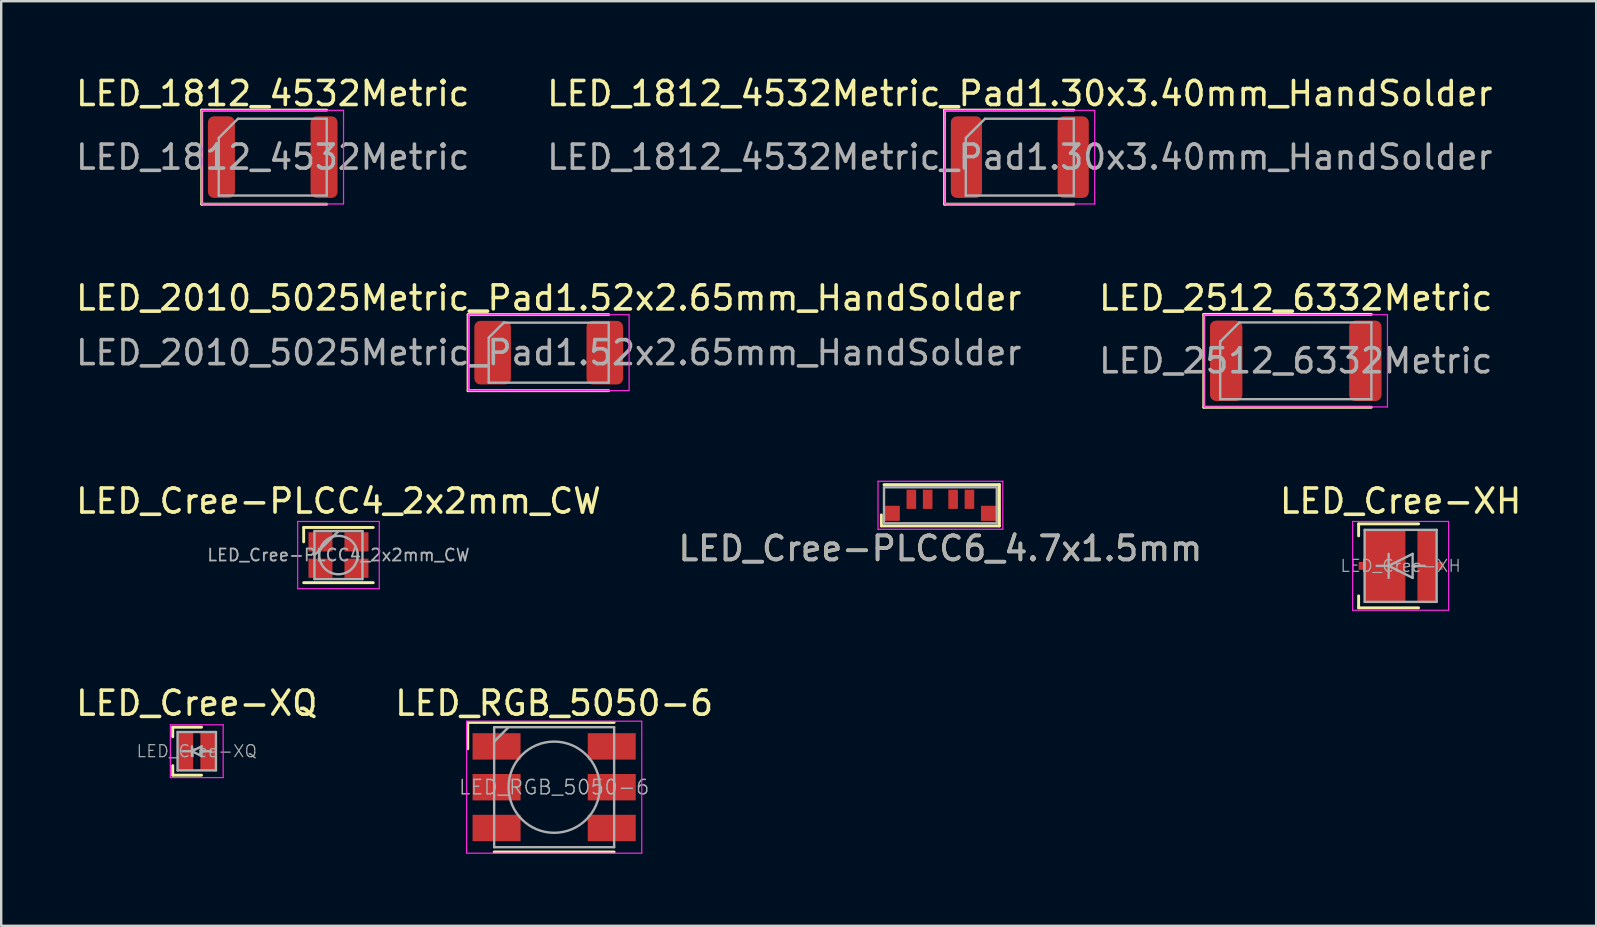
<source format=kicad_pcb>
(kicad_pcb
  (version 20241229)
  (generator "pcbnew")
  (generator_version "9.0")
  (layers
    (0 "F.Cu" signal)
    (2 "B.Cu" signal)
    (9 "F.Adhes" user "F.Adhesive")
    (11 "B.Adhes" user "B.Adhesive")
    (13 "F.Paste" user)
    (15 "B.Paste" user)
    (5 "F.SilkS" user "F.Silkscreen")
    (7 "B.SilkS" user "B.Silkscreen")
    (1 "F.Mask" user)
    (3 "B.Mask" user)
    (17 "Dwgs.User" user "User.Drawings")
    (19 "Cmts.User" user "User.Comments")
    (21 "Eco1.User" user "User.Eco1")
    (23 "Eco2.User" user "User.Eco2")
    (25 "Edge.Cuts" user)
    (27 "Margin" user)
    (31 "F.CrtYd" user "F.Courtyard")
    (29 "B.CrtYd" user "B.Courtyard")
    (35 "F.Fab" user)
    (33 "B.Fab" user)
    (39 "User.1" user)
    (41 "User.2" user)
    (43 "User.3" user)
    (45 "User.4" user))
  (footprint "LED_Cree-XH"
    (layer "F.Cu")
    (at 55.315 20.53)
    (property "Reference" "LED_Cree-XH" (at 0 -2.7 0) (layer "F.SilkS") (effects (font (size 1 1) (thickness 0.15))))
    (attr smd)
    (fp_line (start -1.75 -1.75) (end -1.75 -1.25) (stroke (width 0.12) (type solid)) (layer "F.SilkS"))
    (fp_line (start -1.75 1.25) (end -1.75 1.75) (stroke (width 0.12) (type solid)) (layer "F.SilkS"))
    (fp_line (start -1.75 1.75) (end 0.75 1.75) (stroke (width 0.12) (type solid)) (layer "F.SilkS"))
    (fp_line (start 0.75 -1.75) (end -1.75 -1.75) (stroke (width 0.12) (type solid)) (layer "F.SilkS"))
    (fp_line (start -2 -1.85) (end -2 1.85) (stroke (width 0.05) (type solid)) (layer "F.CrtYd"))
    (fp_line (start -2 1.85) (end 2 1.85) (stroke (width 0.05) (type solid)) (layer "F.CrtYd"))
    (fp_line (start 2 -1.85) (end -2 -1.85) (stroke (width 0.05) (type solid)) (layer "F.CrtYd"))
    (fp_line (start 2 1.85) (end 2 -1.85) (stroke (width 0.05) (type solid)) (layer "F.CrtYd"))
    (fp_line (start -1.5 -1.5) (end 1.5 -1.5) (stroke (width 0.1) (type solid)) (layer "F.Fab"))
    (fp_line (start -1.5 1.5) (end -1.5 -1.5) (stroke (width 0.1) (type solid)) (layer "F.Fab"))
    (fp_line (start -1 0) (end -0.5 0) (stroke (width 0.1) (type solid)) (layer "F.Fab"))
    (fp_line (start -0.5 -0.5) (end -0.5 0.5) (stroke (width 0.1) (type solid)) (layer "F.Fab"))
    (fp_line (start -0.5 0) (end 0.5 -0.5) (stroke (width 0.1) (type solid)) (layer "F.Fab"))
    (fp_line (start 0.5 -0.5) (end 0.5 0.5) (stroke (width 0.1) (type solid)) (layer "F.Fab"))
    (fp_line (start 0.5 0.5) (end -0.5 0) (stroke (width 0.1) (type solid)) (layer "F.Fab"))
    (fp_line (start 1 0) (end 0.5 0) (stroke (width 0.1) (type solid)) (layer "F.Fab"))
    (fp_line (start 1.5 -1.5) (end 1.5 1.5) (stroke (width 0.1) (type solid)) (layer "F.Fab"))
    (fp_line (start 1.5 1.5) (end -1.5 1.5) (stroke (width 0.1) (type solid)) (layer "F.Fab"))
    (fp_text user "${REFERENCE}" (at 0 0 0) (layer "F.Fab") (effects (font (size 0.5 0.5) (thickness 0.05))))
    (pad "" smd rect (at -0.65 -0.75) (size 1.35 1.2) (layers "F.Paste"))
    (pad "" smd rect (at -0.65 0.75) (size 1.35 1.2) (layers "F.Paste"))
    (pad "" smd rect (at 1.1 -0.75) (size 0.7 1.2) (layers "F.Paste"))
    (pad "" smd rect (at 1.1 0.75) (size 0.7 1.2) (layers "F.Paste"))
    (pad "1" smd rect (at -1.5 0) (size 0.5 0.33) (layers "F.Cu" "F.Mask"))
    (pad "1" smd rect (at -0.65 0) (size 1.7 3) (layers "F.Cu" "F.Mask"))
    (pad "2" smd rect (at 1.1 0) (size 0.8 3) (layers "F.Cu" "F.Mask"))
    (pad "2" smd rect (at 1.5 0) (size 0.5 0.33) (layers "F.Cu" "F.Mask")))
  (footprint "LED_1812_4532Metric"
    (layer "F.Cu")
    (at 8.315 3.498)
    (property "Reference" "LED_1812_4532Metric" (at 0 -2.65 0) (layer "F.SilkS") (effects (font (size 1 1) (thickness 0.15))))
    (attr smd)
    (fp_line (start -2.96 -1.96) (end -2.96 1.96) (stroke (width 0.12) (type solid)) (layer "F.SilkS"))
    (fp_line (start -2.96 1.96) (end 2.25 1.96) (stroke (width 0.12) (type solid)) (layer "F.SilkS"))
    (fp_line (start 2.25 -1.96) (end -2.96 -1.96) (stroke (width 0.12) (type solid)) (layer "F.SilkS"))
    (fp_line (start -2.95 -1.95) (end 2.95 -1.95) (stroke (width 0.05) (type solid)) (layer "F.CrtYd"))
    (fp_line (start -2.95 1.95) (end -2.95 -1.95) (stroke (width 0.05) (type solid)) (layer "F.CrtYd"))
    (fp_line (start 2.95 -1.95) (end 2.95 1.95) (stroke (width 0.05) (type solid)) (layer "F.CrtYd"))
    (fp_line (start 2.95 1.95) (end -2.95 1.95) (stroke (width 0.05) (type solid)) (layer "F.CrtYd"))
    (fp_line (start -2.25 -0.8) (end -2.25 1.6) (stroke (width 0.1) (type solid)) (layer "F.Fab"))
    (fp_line (start -2.25 1.6) (end 2.25 1.6) (stroke (width 0.1) (type solid)) (layer "F.Fab"))
    (fp_line (start -1.45 -1.6) (end -2.25 -0.8) (stroke (width 0.1) (type solid)) (layer "F.Fab"))
    (fp_line (start 2.25 -1.6) (end -1.45 -1.6) (stroke (width 0.1) (type solid)) (layer "F.Fab"))
    (fp_line (start 2.25 1.6) (end 2.25 -1.6) (stroke (width 0.1) (type solid)) (layer "F.Fab"))
    (fp_text user "${REFERENCE}" (at 0 0 0) (layer "F.Fab") (effects (font (size 1 1) (thickness 0.15))))
    (pad "1" smd roundrect (at -2.138 0) (size 1.125 3.4) (layers "F.Cu" "F.Mask" "F.Paste") (roundrect_rratio 0.222))
    (pad "2" smd roundrect (at 2.138 0) (size 1.125 3.4) (layers "F.Cu" "F.Mask" "F.Paste") (roundrect_rratio 0.222)))
  (footprint "LED_2010_5025Metric_Pad1.52x2.65mm_HandSolder"
    (layer "F.Cu")
    (at 19.815 11.646)
    (property "Reference" "LED_2010_5025Metric_Pad1.52x2.65mm_HandSolder" (at 0 -2.28 0) (layer "F.SilkS") (effects (font (size 1 1) (thickness 0.15))))
    (attr smd)
    (fp_line (start -3.36 -1.585) (end -3.36 1.585) (stroke (width 0.12) (type solid)) (layer "F.SilkS"))
    (fp_line (start -3.36 1.585) (end 2.5 1.585) (stroke (width 0.12) (type solid)) (layer "F.SilkS"))
    (fp_line (start 2.5 -1.585) (end -3.36 -1.585) (stroke (width 0.12) (type solid)) (layer "F.SilkS"))
    (fp_line (start -3.35 -1.58) (end 3.35 -1.58) (stroke (width 0.05) (type solid)) (layer "F.CrtYd"))
    (fp_line (start -3.35 1.58) (end -3.35 -1.58) (stroke (width 0.05) (type solid)) (layer "F.CrtYd"))
    (fp_line (start 3.35 -1.58) (end 3.35 1.58) (stroke (width 0.05) (type solid)) (layer "F.CrtYd"))
    (fp_line (start 3.35 1.58) (end -3.35 1.58) (stroke (width 0.05) (type solid)) (layer "F.CrtYd"))
    (fp_line (start -2.5 -0.625) (end -2.5 1.25) (stroke (width 0.1) (type solid)) (layer "F.Fab"))
    (fp_line (start -2.5 1.25) (end 2.5 1.25) (stroke (width 0.1) (type solid)) (layer "F.Fab"))
    (fp_line (start -1.875 -1.25) (end -2.5 -0.625) (stroke (width 0.1) (type solid)) (layer "F.Fab"))
    (fp_line (start 2.5 -1.25) (end -1.875 -1.25) (stroke (width 0.1) (type solid)) (layer "F.Fab"))
    (fp_line (start 2.5 1.25) (end 2.5 -1.25) (stroke (width 0.1) (type solid)) (layer "F.Fab"))
    (fp_text user "${REFERENCE}" (at 0 0 0) (layer "F.Fab") (effects (font (size 1 1) (thickness 0.15))))
    (pad "1" smd roundrect (at -2.337 0) (size 1.525 2.65) (layers "F.Cu" "F.Mask" "F.Paste") (roundrect_rratio 0.164))
    (pad "2" smd roundrect (at 2.337 0) (size 1.525 2.65) (layers "F.Cu" "F.Mask" "F.Paste") (roundrect_rratio 0.164)))
  (footprint "LED_Cree-XQ"
    (layer "F.Cu")
    (at 5.149 28.253)
    (property "Reference" "LED_Cree-XQ" (at 0 -2 0) (layer "F.SilkS") (effects (font (size 1 1) (thickness 0.15))))
    (attr smd)
    (fp_line (start -1 -1) (end -1 -0.6) (stroke (width 0.12) (type solid)) (layer "F.SilkS"))
    (fp_line (start -1 1) (end -1 0.6) (stroke (width 0.12) (type solid)) (layer "F.SilkS"))
    (fp_line (start 0.2 -1) (end -1 -1) (stroke (width 0.12) (type solid)) (layer "F.SilkS"))
    (fp_line (start 0.2 1) (end -1 1) (stroke (width 0.12) (type solid)) (layer "F.SilkS"))
    (fp_line (start -1.1 -1.1) (end 1.1 -1.1) (stroke (width 0.05) (type solid)) (layer "F.CrtYd"))
    (fp_line (start -1.1 1.1) (end -1.1 -1.1) (stroke (width 0.05) (type solid)) (layer "F.CrtYd"))
    (fp_line (start 1.1 -1.1) (end 1.1 1.1) (stroke (width 0.05) (type solid)) (layer "F.CrtYd"))
    (fp_line (start 1.1 1.1) (end -1.1 1.1) (stroke (width 0.05) (type solid)) (layer "F.CrtYd"))
    (fp_line (start -0.8 -0.8) (end 0.8 -0.8) (stroke (width 0.1) (type solid)) (layer "F.Fab"))
    (fp_line (start -0.8 0.8) (end -0.8 -0.8) (stroke (width 0.1) (type solid)) (layer "F.Fab"))
    (fp_line (start -0.6 0) (end -0.2 0) (stroke (width 0.1) (type solid)) (layer "F.Fab"))
    (fp_line (start -0.2 -0.2) (end -0.2 0.2) (stroke (width 0.1) (type solid)) (layer "F.Fab"))
    (fp_line (start -0.2 0) (end 0.2 -0.2) (stroke (width 0.1) (type solid)) (layer "F.Fab"))
    (fp_line (start 0.2 -0.2) (end 0.2 0.2) (stroke (width 0.1) (type solid)) (layer "F.Fab"))
    (fp_line (start 0.2 0.2) (end -0.2 0) (stroke (width 0.1) (type solid)) (layer "F.Fab"))
    (fp_line (start 0.6 0) (end 0.2 0) (stroke (width 0.1) (type solid)) (layer "F.Fab"))
    (fp_line (start 0.8 -0.8) (end 0.8 0.8) (stroke (width 0.1) (type solid)) (layer "F.Fab"))
    (fp_line (start 0.8 0.8) (end -0.8 0.8) (stroke (width 0.1) (type solid)) (layer "F.Fab"))
    (fp_text user "${REFERENCE}" (at 0 0 0) (layer "F.Fab") (effects (font (size 0.5 0.5) (thickness 0.05))))
    (pad "1" smd rect (at -0.475 0) (size 0.65 1.6) (layers "F.Cu" "F.Mask" "F.Paste"))
    (pad "2" smd rect (at 0.475 0) (size 0.65 1.6) (layers "F.Cu" "F.Mask" "F.Paste")))
  (footprint "LED_Cree-PLCC4_2x2mm_CW"
    (layer "F.Cu")
    (at 11.054 20.08)
    (property "Reference" "LED_Cree-PLCC4_2x2mm_CW" (at 0 -2.25 0) (layer "F.SilkS") (effects (font (size 1 1) (thickness 0.15))))
    (attr smd)
    (fp_line (start -1.45 -1.15) (end 1.45 -1.15) (stroke (width 0.12) (type solid)) (layer "F.SilkS"))
    (fp_line (start -1.45 -0.55) (end -1.45 -1.15) (stroke (width 0.12) (type solid)) (layer "F.SilkS"))
    (fp_line (start -1.45 1.15) (end 1.45 1.15) (stroke (width 0.12) (type solid)) (layer "F.SilkS"))
    (fp_line (start -1.7 -1.4) (end -1.7 1.4) (stroke (width 0.05) (type solid)) (layer "F.CrtYd"))
    (fp_line (start -1.7 1.4) (end 1.7 1.4) (stroke (width 0.05) (type solid)) (layer "F.CrtYd"))
    (fp_line (start 1.7 -1.4) (end -1.7 -1.4) (stroke (width 0.05) (type solid)) (layer "F.CrtYd"))
    (fp_line (start 1.7 1.4) (end 1.7 -1.4) (stroke (width 0.05) (type solid)) (layer "F.CrtYd"))
    (fp_line (start -1 -1) (end -1 1) (stroke (width 0.1) (type solid)) (layer "F.Fab"))
    (fp_line (start -1 1) (end 1 1) (stroke (width 0.1) (type solid)) (layer "F.Fab"))
    (fp_line (start 0 -1) (end -1 0) (stroke (width 0.1) (type solid)) (layer "F.Fab"))
    (fp_line (start 1 -1) (end -1 -1) (stroke (width 0.1) (type solid)) (layer "F.Fab"))
    (fp_line (start 1 1) (end 1 -1) (stroke (width 0.1) (type solid)) (layer "F.Fab"))
    (fp_circle (center 0 0) (end 0.8 0) (stroke (width 0.1) (type solid)) (fill no) (layer "F.Fab"))
    (fp_text user "${REFERENCE}" (at 0 0 0) (layer "F.Fab") (effects (font (size 0.5 0.5) (thickness 0.075))))
    (pad "1" smd rect (at -0.75 -0.55) (size 1 0.8) (layers "F.Cu" "F.Mask" "F.Paste"))
    (pad "2" smd rect (at 0.75 -0.55) (size 1 0.8) (layers "F.Cu" "F.Mask" "F.Paste"))
    (pad "3" smd rect (at 0.75 0.55) (size 1 0.8) (layers "F.Cu" "F.Mask" "F.Paste"))
    (pad "4" smd rect (at -0.75 0.55) (size 1 0.8) (layers "F.Cu" "F.Mask" "F.Paste")))
  (footprint "LED_1812_4532Metric_Pad1.30x3.40mm_HandSolder"
    (layer "F.Cu")
    (at 39.446 3.498)
    (property "Reference" "LED_1812_4532Metric_Pad1.30x3.40mm_HandSolder" (at 0 -2.65 0) (layer "F.SilkS") (effects (font (size 1 1) (thickness 0.15))))
    (attr smd)
    (fp_line (start -3.135 -1.96) (end -3.135 1.96) (stroke (width 0.12) (type solid)) (layer "F.SilkS"))
    (fp_line (start -3.135 1.96) (end 2.25 1.96) (stroke (width 0.12) (type solid)) (layer "F.SilkS"))
    (fp_line (start 2.25 -1.96) (end -3.135 -1.96) (stroke (width 0.12) (type solid)) (layer "F.SilkS"))
    (fp_line (start -3.12 -1.95) (end 3.12 -1.95) (stroke (width 0.05) (type solid)) (layer "F.CrtYd"))
    (fp_line (start -3.12 1.95) (end -3.12 -1.95) (stroke (width 0.05) (type solid)) (layer "F.CrtYd"))
    (fp_line (start 3.12 -1.95) (end 3.12 1.95) (stroke (width 0.05) (type solid)) (layer "F.CrtYd"))
    (fp_line (start 3.12 1.95) (end -3.12 1.95) (stroke (width 0.05) (type solid)) (layer "F.CrtYd"))
    (fp_line (start -2.25 -0.8) (end -2.25 1.6) (stroke (width 0.1) (type solid)) (layer "F.Fab"))
    (fp_line (start -2.25 1.6) (end 2.25 1.6) (stroke (width 0.1) (type solid)) (layer "F.Fab"))
    (fp_line (start -1.45 -1.6) (end -2.25 -0.8) (stroke (width 0.1) (type solid)) (layer "F.Fab"))
    (fp_line (start 2.25 -1.6) (end -1.45 -1.6) (stroke (width 0.1) (type solid)) (layer "F.Fab"))
    (fp_line (start 2.25 1.6) (end 2.25 -1.6) (stroke (width 0.1) (type solid)) (layer "F.Fab"))
    (fp_text user "${REFERENCE}" (at 0 0 0) (layer "F.Fab") (effects (font (size 1 1) (thickness 0.15))))
    (pad "1" smd roundrect (at -2.225 0) (size 1.3 3.4) (layers "F.Cu" "F.Mask" "F.Paste") (roundrect_rratio 0.192))
    (pad "2" smd roundrect (at 2.225 0) (size 1.3 3.4) (layers "F.Cu" "F.Mask" "F.Paste") (roundrect_rratio 0.192)))
  (footprint "LED_RGB_5050-6"
    (layer "F.Cu")
    (at 20.042 29.753)
    (property "Reference" "LED_RGB_5050-6" (at 0 -3.5 180) (layer "F.SilkS") (effects (font (size 1 1) (thickness 0.15))))
    (attr smd)
    (fp_line (start -3.6 -2.7) (end 2.5 -2.7) (stroke (width 0.12) (type solid)) (layer "F.SilkS"))
    (fp_line (start -3.6 -1.6) (end -3.6 -2.7) (stroke (width 0.12) (type solid)) (layer "F.SilkS"))
    (fp_line (start 2.5 2.7) (end -2.5 2.7) (stroke (width 0.12) (type solid)) (layer "F.SilkS"))
    (fp_line (start -3.65 -2.75) (end -3.65 2.75) (stroke (width 0.05) (type solid)) (layer "F.CrtYd"))
    (fp_line (start -3.65 2.75) (end 3.65 2.75) (stroke (width 0.05) (type solid)) (layer "F.CrtYd"))
    (fp_line (start 3.65 -2.75) (end -3.65 -2.75) (stroke (width 0.05) (type solid)) (layer "F.CrtYd"))
    (fp_line (start 3.65 2.75) (end 3.65 -2.75) (stroke (width 0.05) (type solid)) (layer "F.CrtYd"))
    (fp_line (start -2.5 -2.5) (end -2.5 2.5) (stroke (width 0.1) (type solid)) (layer "F.Fab"))
    (fp_line (start -2.5 -1.9) (end -1.9 -2.5) (stroke (width 0.1) (type solid)) (layer "F.Fab"))
    (fp_line (start -2.5 2.5) (end 2.5 2.5) (stroke (width 0.1) (type solid)) (layer "F.Fab"))
    (fp_line (start 2.5 -2.5) (end -2.5 -2.5) (stroke (width 0.1) (type solid)) (layer "F.Fab"))
    (fp_line (start 2.5 2.5) (end 2.5 -2.5) (stroke (width 0.1) (type solid)) (layer "F.Fab"))
    (fp_circle (center 0 0) (end 0 -1.9) (stroke (width 0.1) (type solid)) (fill no) (layer "F.Fab"))
    (fp_text user "${REFERENCE}" (at 0 0 0) (layer "F.Fab") (effects (font (size 0.6 0.6) (thickness 0.06))))
    (pad "1" smd rect (at -2.4 -1.7 90) (size 1.1 2) (layers "F.Cu" "F.Mask" "F.Paste"))
    (pad "2" smd rect (at -2.4 0 90) (size 1.1 2) (layers "F.Cu" "F.Mask" "F.Paste"))
    (pad "3" smd rect (at -2.4 1.7 90) (size 1.1 2) (layers "F.Cu" "F.Mask" "F.Paste"))
    (pad "4" smd rect (at 2.4 1.7 90) (size 1.1 2) (layers "F.Cu" "F.Mask" "F.Paste"))
    (pad "5" smd rect (at 2.4 0 90) (size 1.1 2) (layers "F.Cu" "F.Mask" "F.Paste"))
    (pad "6" smd rect (at 2.4 -1.7 90) (size 1.1 2) (layers "F.Cu" "F.Mask" "F.Paste")))
  (footprint "LED_2512_6332Metric"
    (layer "F.Cu")
    (at 50.946 11.986)
    (property "Reference" "LED_2512_6332Metric" (at 0 -2.62 0) (layer "F.SilkS") (effects (font (size 1 1) (thickness 0.15))))
    (attr smd)
    (fp_line (start -3.835 -1.935) (end -3.835 1.935) (stroke (width 0.12) (type solid)) (layer "F.SilkS"))
    (fp_line (start -3.835 1.935) (end 3.15 1.935) (stroke (width 0.12) (type solid)) (layer "F.SilkS"))
    (fp_line (start 3.15 -1.935) (end -3.835 -1.935) (stroke (width 0.12) (type solid)) (layer "F.SilkS"))
    (fp_line (start -3.82 -1.92) (end 3.82 -1.92) (stroke (width 0.05) (type solid)) (layer "F.CrtYd"))
    (fp_line (start -3.82 1.92) (end -3.82 -1.92) (stroke (width 0.05) (type solid)) (layer "F.CrtYd"))
    (fp_line (start 3.82 -1.92) (end 3.82 1.92) (stroke (width 0.05) (type solid)) (layer "F.CrtYd"))
    (fp_line (start 3.82 1.92) (end -3.82 1.92) (stroke (width 0.05) (type solid)) (layer "F.CrtYd"))
    (fp_line (start -3.15 -0.8) (end -3.15 1.6) (stroke (width 0.1) (type solid)) (layer "F.Fab"))
    (fp_line (start -3.15 1.6) (end 3.15 1.6) (stroke (width 0.1) (type solid)) (layer "F.Fab"))
    (fp_line (start -2.35 -1.6) (end -3.15 -0.8) (stroke (width 0.1) (type solid)) (layer "F.Fab"))
    (fp_line (start 3.15 -1.6) (end -2.35 -1.6) (stroke (width 0.1) (type solid)) (layer "F.Fab"))
    (fp_line (start 3.15 1.6) (end 3.15 -1.6) (stroke (width 0.1) (type solid)) (layer "F.Fab"))
    (fp_text user "${REFERENCE}" (at 0 0 0) (layer "F.Fab") (effects (font (size 1 1) (thickness 0.15))))
    (pad "1" smd roundrect (at -2.9 0) (size 1.35 3.35) (layers "F.Cu" "F.Mask" "F.Paste") (roundrect_rratio 0.185))
    (pad "2" smd roundrect (at 2.9 0) (size 1.35 3.35) (layers "F.Cu" "F.Mask" "F.Paste") (roundrect_rratio 0.185)))
  (footprint "LED_Cree-PLCC6_4.7x1.5mm"
    (layer "F.Cu")
    (at 36.137 18.006)
    (property "Reference" "LED_Cree-PLCC6_4.7x1.5mm" (at 0 1.8 0) (layer "F.SilkS") (effects (font (size 1 1) (thickness 0.15))))
    (attr smd)
    (fp_line (start -2.46 0.4) (end -2.46 0.86) (stroke (width 0.12) (type solid)) (layer "F.SilkS"))
    (fp_line (start -2.46 0.86) (end 2.46 0.86) (stroke (width 0.12) (type solid)) (layer "F.SilkS"))
    (fp_line (start -2.35 -0.86) (end 2.46 -0.86) (stroke (width 0.12) (type solid)) (layer "F.SilkS"))
    (fp_line (start 2.46 -0.86) (end 2.46 0.86) (stroke (width 0.12) (type solid)) (layer "F.SilkS"))
    (fp_line (start -2.6 -1) (end -2.6 1) (stroke (width 0.05) (type solid)) (layer "F.CrtYd"))
    (fp_line (start -2.6 -1) (end 2.6 -1) (stroke (width 0.05) (type solid)) (layer "F.CrtYd"))
    (fp_line (start 2.6 -1) (end 2.6 1) (stroke (width 0.05) (type solid)) (layer "F.CrtYd"))
    (fp_line (start 2.6 1) (end -2.6 1) (stroke (width 0.05) (type solid)) (layer "F.CrtYd"))
    (fp_line (start -2.35 -0.75) (end -2.35 0.75) (stroke (width 0.1) (type solid)) (layer "F.Fab"))
    (fp_line (start -2.35 -0.75) (end 2.35 -0.75) (stroke (width 0.1) (type solid)) (layer "F.Fab"))
    (fp_line (start -2.35 0.75) (end 2.35 0.75) (stroke (width 0.1) (type solid)) (layer "F.Fab"))
    (fp_line (start 2.35 -0.75) (end 2.35 0.75) (stroke (width 0.1) (type solid)) (layer "F.Fab"))
    (fp_text user "${REFERENCE}" (at 0 1.8 0) (layer "F.Fab") (effects (font (size 1 1) (thickness 0.15))))
    (pad "1" smd rect (at -2.02 0.335) (size 0.66 0.63) (layers "F.Cu" "F.Mask" "F.Paste"))
    (pad "2" smd rect (at -1.21 -0.25) (size 0.4 0.8) (layers "F.Cu" "F.Mask" "F.Paste"))
    (pad "3" smd rect (at -0.53 -0.25) (size 0.4 0.8) (layers "F.Cu" "F.Mask" "F.Paste"))
    (pad "4" smd rect (at 0.53 -0.25) (size 0.4 0.8) (layers "F.Cu" "F.Mask" "F.Paste"))
    (pad "5" smd rect (at 1.21 -0.25) (size 0.4 0.8) (layers "F.Cu" "F.Mask" "F.Paste"))
    (pad "6" smd rect (at 2.02 0.335) (size 0.66 0.63) (layers "F.Cu" "F.Mask" "F.Paste")))
  (gr_rect
    (start -3 -3)
    (end 63.464 35.528)
    (stroke (width 0.1) (type default))
    (fill no)
    (layer "Edge.Cuts")))
</source>
